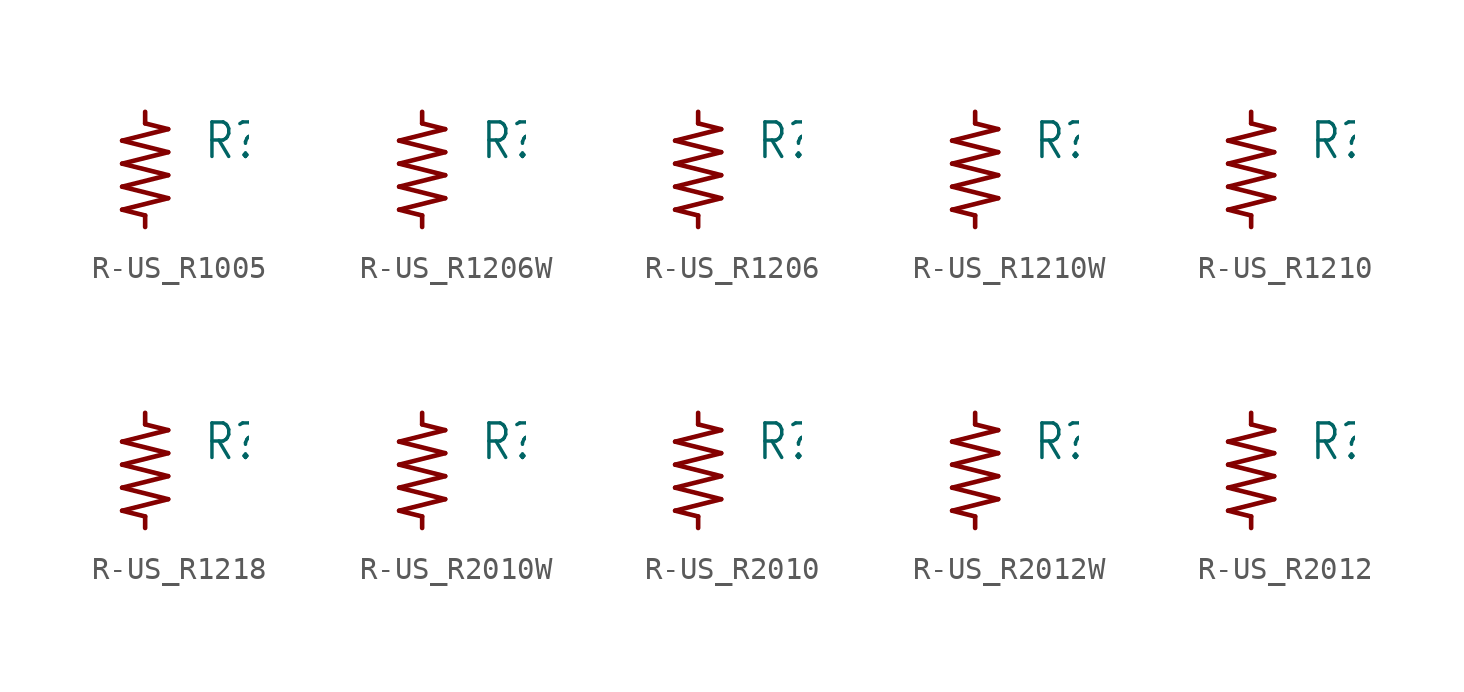
<source format=kicad_sym>
(kicad_symbol_lib
  (version 20220914)
  (generator kicad_symbol_editor)
  (symbol "R-US_R1005"
    (property "Reference" "R"
      (at 2.54 1.27 0)
      (effects (font (size 1.524 1.295)) (justify left)))
    (property "Value" ""
      (at 2.54 -1.27 0)
      (effects (font (size 1.524 1.295)) (justify left)))
    (property "ki_locked" ""
      (at 0 0 0)
      (effects (font (size 1.27 1.27))))
    (symbol "R-US_R1005_1_0"
      (polyline (pts (xy -1.016 -1.778) (xy 0 -2.032)) (stroke (width 0.203) (type solid)) (fill (type none)))
      (polyline (pts (xy -1.016 -0.762) (xy 1.016 -0.254)) (stroke (width 0.203) (type solid)) (fill (type none)))
      (polyline (pts (xy -1.016 0.254) (xy 1.016 0.762)) (stroke (width 0.203) (type solid)) (fill (type none)))
      (polyline (pts (xy -1.016 1.27) (xy 1.016 1.778)) (stroke (width 0.203) (type solid)) (fill (type none)))
      (polyline (pts (xy 0 -2.032) (xy 0 -2.54)) (stroke (width 0.203) (type solid)) (fill (type none)))
      (polyline (pts (xy 0 2.032) (xy 0 2.54)) (stroke (width 0.203) (type solid)) (fill (type none)))
      (polyline (pts (xy 1.016 -1.27) (xy -1.016 -1.778)) (stroke (width 0.203) (type solid)) (fill (type none)))
      (polyline (pts (xy 1.016 -1.27) (xy -1.016 -0.762)) (stroke (width 0.203) (type solid)) (fill (type none)))
      (polyline (pts (xy 1.016 -0.254) (xy -1.016 0.254)) (stroke (width 0.203) (type solid)) (fill (type none)))
      (polyline (pts (xy 1.016 0.762) (xy -1.016 1.27)) (stroke (width 0.203) (type solid)) (fill (type none)))
      (polyline (pts (xy 1.016 1.778) (xy 0 2.032)) (stroke (width 0.203) (type solid)) (fill (type none)))
      (pin passive line (at 0 -2.54 90) (length 0) (name "1" (effects (font (size 0 0)))) (number "1" (effects (font (size 0 0)))))
      (pin passive line (at 0 2.54 270) (length 0) (name "2" (effects (font (size 0 0)))) (number "2" (effects (font (size 0 0)))))))
  (symbol "R-US_R1206W"
    (property "Reference" "R"
      (at 2.54 1.27 0)
      (effects (font (size 1.524 1.295)) (justify left)))
    (property "Value" ""
      (at 2.54 -1.27 0)
      (effects (font (size 1.524 1.295)) (justify left)))
    (property "ki_locked" ""
      (at 0 0 0)
      (effects (font (size 1.27 1.27))))
    (symbol "R-US_R1206W_1_0"
      (polyline (pts (xy -1.016 -1.778) (xy 0 -2.032)) (stroke (width 0.203) (type solid)) (fill (type none)))
      (polyline (pts (xy -1.016 -0.762) (xy 1.016 -0.254)) (stroke (width 0.203) (type solid)) (fill (type none)))
      (polyline (pts (xy -1.016 0.254) (xy 1.016 0.762)) (stroke (width 0.203) (type solid)) (fill (type none)))
      (polyline (pts (xy -1.016 1.27) (xy 1.016 1.778)) (stroke (width 0.203) (type solid)) (fill (type none)))
      (polyline (pts (xy 0 -2.032) (xy 0 -2.54)) (stroke (width 0.203) (type solid)) (fill (type none)))
      (polyline (pts (xy 0 2.032) (xy 0 2.54)) (stroke (width 0.203) (type solid)) (fill (type none)))
      (polyline (pts (xy 1.016 -1.27) (xy -1.016 -1.778)) (stroke (width 0.203) (type solid)) (fill (type none)))
      (polyline (pts (xy 1.016 -1.27) (xy -1.016 -0.762)) (stroke (width 0.203) (type solid)) (fill (type none)))
      (polyline (pts (xy 1.016 -0.254) (xy -1.016 0.254)) (stroke (width 0.203) (type solid)) (fill (type none)))
      (polyline (pts (xy 1.016 0.762) (xy -1.016 1.27)) (stroke (width 0.203) (type solid)) (fill (type none)))
      (polyline (pts (xy 1.016 1.778) (xy 0 2.032)) (stroke (width 0.203) (type solid)) (fill (type none)))
      (pin passive line (at 0 -2.54 90) (length 0) (name "1" (effects (font (size 0 0)))) (number "1" (effects (font (size 0 0)))))
      (pin passive line (at 0 2.54 270) (length 0) (name "2" (effects (font (size 0 0)))) (number "2" (effects (font (size 0 0)))))))
  (symbol "R-US_R1206"
    (property "Reference" "R"
      (at 2.54 1.27 0)
      (effects (font (size 1.524 1.295)) (justify left)))
    (property "Value" ""
      (at 2.54 -1.27 0)
      (effects (font (size 1.524 1.295)) (justify left)))
    (property "ki_locked" ""
      (at 0 0 0)
      (effects (font (size 1.27 1.27))))
    (symbol "R-US_R1206_1_0"
      (polyline (pts (xy -1.016 -1.778) (xy 0 -2.032)) (stroke (width 0.203) (type solid)) (fill (type none)))
      (polyline (pts (xy -1.016 -0.762) (xy 1.016 -0.254)) (stroke (width 0.203) (type solid)) (fill (type none)))
      (polyline (pts (xy -1.016 0.254) (xy 1.016 0.762)) (stroke (width 0.203) (type solid)) (fill (type none)))
      (polyline (pts (xy -1.016 1.27) (xy 1.016 1.778)) (stroke (width 0.203) (type solid)) (fill (type none)))
      (polyline (pts (xy 0 -2.032) (xy 0 -2.54)) (stroke (width 0.203) (type solid)) (fill (type none)))
      (polyline (pts (xy 0 2.032) (xy 0 2.54)) (stroke (width 0.203) (type solid)) (fill (type none)))
      (polyline (pts (xy 1.016 -1.27) (xy -1.016 -1.778)) (stroke (width 0.203) (type solid)) (fill (type none)))
      (polyline (pts (xy 1.016 -1.27) (xy -1.016 -0.762)) (stroke (width 0.203) (type solid)) (fill (type none)))
      (polyline (pts (xy 1.016 -0.254) (xy -1.016 0.254)) (stroke (width 0.203) (type solid)) (fill (type none)))
      (polyline (pts (xy 1.016 0.762) (xy -1.016 1.27)) (stroke (width 0.203) (type solid)) (fill (type none)))
      (polyline (pts (xy 1.016 1.778) (xy 0 2.032)) (stroke (width 0.203) (type solid)) (fill (type none)))
      (pin passive line (at 0 -2.54 90) (length 0) (name "1" (effects (font (size 0 0)))) (number "1" (effects (font (size 0 0)))))
      (pin passive line (at 0 2.54 270) (length 0) (name "2" (effects (font (size 0 0)))) (number "2" (effects (font (size 0 0)))))))
  (symbol "R-US_R1210W"
    (property "Reference" "R"
      (at 2.54 1.27 0)
      (effects (font (size 1.524 1.295)) (justify left)))
    (property "Value" ""
      (at 2.54 -1.27 0)
      (effects (font (size 1.524 1.295)) (justify left)))
    (property "ki_locked" ""
      (at 0 0 0)
      (effects (font (size 1.27 1.27))))
    (symbol "R-US_R1210W_1_0"
      (polyline (pts (xy -1.016 -1.778) (xy 0 -2.032)) (stroke (width 0.203) (type solid)) (fill (type none)))
      (polyline (pts (xy -1.016 -0.762) (xy 1.016 -0.254)) (stroke (width 0.203) (type solid)) (fill (type none)))
      (polyline (pts (xy -1.016 0.254) (xy 1.016 0.762)) (stroke (width 0.203) (type solid)) (fill (type none)))
      (polyline (pts (xy -1.016 1.27) (xy 1.016 1.778)) (stroke (width 0.203) (type solid)) (fill (type none)))
      (polyline (pts (xy 0 -2.032) (xy 0 -2.54)) (stroke (width 0.203) (type solid)) (fill (type none)))
      (polyline (pts (xy 0 2.032) (xy 0 2.54)) (stroke (width 0.203) (type solid)) (fill (type none)))
      (polyline (pts (xy 1.016 -1.27) (xy -1.016 -1.778)) (stroke (width 0.203) (type solid)) (fill (type none)))
      (polyline (pts (xy 1.016 -1.27) (xy -1.016 -0.762)) (stroke (width 0.203) (type solid)) (fill (type none)))
      (polyline (pts (xy 1.016 -0.254) (xy -1.016 0.254)) (stroke (width 0.203) (type solid)) (fill (type none)))
      (polyline (pts (xy 1.016 0.762) (xy -1.016 1.27)) (stroke (width 0.203) (type solid)) (fill (type none)))
      (polyline (pts (xy 1.016 1.778) (xy 0 2.032)) (stroke (width 0.203) (type solid)) (fill (type none)))
      (pin passive line (at 0 -2.54 90) (length 0) (name "1" (effects (font (size 0 0)))) (number "1" (effects (font (size 0 0)))))
      (pin passive line (at 0 2.54 270) (length 0) (name "2" (effects (font (size 0 0)))) (number "2" (effects (font (size 0 0)))))))
  (symbol "R-US_R1210"
    (property "Reference" "R"
      (at 2.54 1.27 0)
      (effects (font (size 1.524 1.295)) (justify left)))
    (property "Value" ""
      (at 2.54 -1.27 0)
      (effects (font (size 1.524 1.295)) (justify left)))
    (property "ki_locked" ""
      (at 0 0 0)
      (effects (font (size 1.27 1.27))))
    (symbol "R-US_R1210_1_0"
      (polyline (pts (xy -1.016 -1.778) (xy 0 -2.032)) (stroke (width 0.203) (type solid)) (fill (type none)))
      (polyline (pts (xy -1.016 -0.762) (xy 1.016 -0.254)) (stroke (width 0.203) (type solid)) (fill (type none)))
      (polyline (pts (xy -1.016 0.254) (xy 1.016 0.762)) (stroke (width 0.203) (type solid)) (fill (type none)))
      (polyline (pts (xy -1.016 1.27) (xy 1.016 1.778)) (stroke (width 0.203) (type solid)) (fill (type none)))
      (polyline (pts (xy 0 -2.032) (xy 0 -2.54)) (stroke (width 0.203) (type solid)) (fill (type none)))
      (polyline (pts (xy 0 2.032) (xy 0 2.54)) (stroke (width 0.203) (type solid)) (fill (type none)))
      (polyline (pts (xy 1.016 -1.27) (xy -1.016 -1.778)) (stroke (width 0.203) (type solid)) (fill (type none)))
      (polyline (pts (xy 1.016 -1.27) (xy -1.016 -0.762)) (stroke (width 0.203) (type solid)) (fill (type none)))
      (polyline (pts (xy 1.016 -0.254) (xy -1.016 0.254)) (stroke (width 0.203) (type solid)) (fill (type none)))
      (polyline (pts (xy 1.016 0.762) (xy -1.016 1.27)) (stroke (width 0.203) (type solid)) (fill (type none)))
      (polyline (pts (xy 1.016 1.778) (xy 0 2.032)) (stroke (width 0.203) (type solid)) (fill (type none)))
      (pin passive line (at 0 -2.54 90) (length 0) (name "1" (effects (font (size 0 0)))) (number "1" (effects (font (size 0 0)))))
      (pin passive line (at 0 2.54 270) (length 0) (name "2" (effects (font (size 0 0)))) (number "2" (effects (font (size 0 0)))))))
  (symbol "R-US_R1218"
    (property "Reference" "R"
      (at 2.54 1.27 0)
      (effects (font (size 1.524 1.295)) (justify left)))
    (property "Value" ""
      (at 2.54 -1.27 0)
      (effects (font (size 1.524 1.295)) (justify left)))
    (property "ki_locked" ""
      (at 0 0 0)
      (effects (font (size 1.27 1.27))))
    (symbol "R-US_R1218_1_0"
      (polyline (pts (xy -1.016 -1.778) (xy 0 -2.032)) (stroke (width 0.203) (type solid)) (fill (type none)))
      (polyline (pts (xy -1.016 -0.762) (xy 1.016 -0.254)) (stroke (width 0.203) (type solid)) (fill (type none)))
      (polyline (pts (xy -1.016 0.254) (xy 1.016 0.762)) (stroke (width 0.203) (type solid)) (fill (type none)))
      (polyline (pts (xy -1.016 1.27) (xy 1.016 1.778)) (stroke (width 0.203) (type solid)) (fill (type none)))
      (polyline (pts (xy 0 -2.032) (xy 0 -2.54)) (stroke (width 0.203) (type solid)) (fill (type none)))
      (polyline (pts (xy 0 2.032) (xy 0 2.54)) (stroke (width 0.203) (type solid)) (fill (type none)))
      (polyline (pts (xy 1.016 -1.27) (xy -1.016 -1.778)) (stroke (width 0.203) (type solid)) (fill (type none)))
      (polyline (pts (xy 1.016 -1.27) (xy -1.016 -0.762)) (stroke (width 0.203) (type solid)) (fill (type none)))
      (polyline (pts (xy 1.016 -0.254) (xy -1.016 0.254)) (stroke (width 0.203) (type solid)) (fill (type none)))
      (polyline (pts (xy 1.016 0.762) (xy -1.016 1.27)) (stroke (width 0.203) (type solid)) (fill (type none)))
      (polyline (pts (xy 1.016 1.778) (xy 0 2.032)) (stroke (width 0.203) (type solid)) (fill (type none)))
      (pin passive line (at 0 -2.54 90) (length 0) (name "1" (effects (font (size 0 0)))) (number "1" (effects (font (size 0 0)))))
      (pin passive line (at 0 2.54 270) (length 0) (name "2" (effects (font (size 0 0)))) (number "2" (effects (font (size 0 0)))))))
  (symbol "R-US_R2010W"
    (property "Reference" "R"
      (at 2.54 1.27 0)
      (effects (font (size 1.524 1.295)) (justify left)))
    (property "Value" ""
      (at 2.54 -1.27 0)
      (effects (font (size 1.524 1.295)) (justify left)))
    (property "ki_locked" ""
      (at 0 0 0)
      (effects (font (size 1.27 1.27))))
    (symbol "R-US_R2010W_1_0"
      (polyline (pts (xy -1.016 -1.778) (xy 0 -2.032)) (stroke (width 0.203) (type solid)) (fill (type none)))
      (polyline (pts (xy -1.016 -0.762) (xy 1.016 -0.254)) (stroke (width 0.203) (type solid)) (fill (type none)))
      (polyline (pts (xy -1.016 0.254) (xy 1.016 0.762)) (stroke (width 0.203) (type solid)) (fill (type none)))
      (polyline (pts (xy -1.016 1.27) (xy 1.016 1.778)) (stroke (width 0.203) (type solid)) (fill (type none)))
      (polyline (pts (xy 0 -2.032) (xy 0 -2.54)) (stroke (width 0.203) (type solid)) (fill (type none)))
      (polyline (pts (xy 0 2.032) (xy 0 2.54)) (stroke (width 0.203) (type solid)) (fill (type none)))
      (polyline (pts (xy 1.016 -1.27) (xy -1.016 -1.778)) (stroke (width 0.203) (type solid)) (fill (type none)))
      (polyline (pts (xy 1.016 -1.27) (xy -1.016 -0.762)) (stroke (width 0.203) (type solid)) (fill (type none)))
      (polyline (pts (xy 1.016 -0.254) (xy -1.016 0.254)) (stroke (width 0.203) (type solid)) (fill (type none)))
      (polyline (pts (xy 1.016 0.762) (xy -1.016 1.27)) (stroke (width 0.203) (type solid)) (fill (type none)))
      (polyline (pts (xy 1.016 1.778) (xy 0 2.032)) (stroke (width 0.203) (type solid)) (fill (type none)))
      (pin passive line (at 0 -2.54 90) (length 0) (name "1" (effects (font (size 0 0)))) (number "1" (effects (font (size 0 0)))))
      (pin passive line (at 0 2.54 270) (length 0) (name "2" (effects (font (size 0 0)))) (number "2" (effects (font (size 0 0)))))))
  (symbol "R-US_R2010"
    (property "Reference" "R"
      (at 2.54 1.27 0)
      (effects (font (size 1.524 1.295)) (justify left)))
    (property "Value" ""
      (at 2.54 -1.27 0)
      (effects (font (size 1.524 1.295)) (justify left)))
    (property "ki_locked" ""
      (at 0 0 0)
      (effects (font (size 1.27 1.27))))
    (symbol "R-US_R2010_1_0"
      (polyline (pts (xy -1.016 -1.778) (xy 0 -2.032)) (stroke (width 0.203) (type solid)) (fill (type none)))
      (polyline (pts (xy -1.016 -0.762) (xy 1.016 -0.254)) (stroke (width 0.203) (type solid)) (fill (type none)))
      (polyline (pts (xy -1.016 0.254) (xy 1.016 0.762)) (stroke (width 0.203) (type solid)) (fill (type none)))
      (polyline (pts (xy -1.016 1.27) (xy 1.016 1.778)) (stroke (width 0.203) (type solid)) (fill (type none)))
      (polyline (pts (xy 0 -2.032) (xy 0 -2.54)) (stroke (width 0.203) (type solid)) (fill (type none)))
      (polyline (pts (xy 0 2.032) (xy 0 2.54)) (stroke (width 0.203) (type solid)) (fill (type none)))
      (polyline (pts (xy 1.016 -1.27) (xy -1.016 -1.778)) (stroke (width 0.203) (type solid)) (fill (type none)))
      (polyline (pts (xy 1.016 -1.27) (xy -1.016 -0.762)) (stroke (width 0.203) (type solid)) (fill (type none)))
      (polyline (pts (xy 1.016 -0.254) (xy -1.016 0.254)) (stroke (width 0.203) (type solid)) (fill (type none)))
      (polyline (pts (xy 1.016 0.762) (xy -1.016 1.27)) (stroke (width 0.203) (type solid)) (fill (type none)))
      (polyline (pts (xy 1.016 1.778) (xy 0 2.032)) (stroke (width 0.203) (type solid)) (fill (type none)))
      (pin passive line (at 0 -2.54 90) (length 0) (name "1" (effects (font (size 0 0)))) (number "1" (effects (font (size 0 0)))))
      (pin passive line (at 0 2.54 270) (length 0) (name "2" (effects (font (size 0 0)))) (number "2" (effects (font (size 0 0)))))))
  (symbol "R-US_R2012W"
    (property "Reference" "R"
      (at 2.54 1.27 0)
      (effects (font (size 1.524 1.295)) (justify left)))
    (property "Value" ""
      (at 2.54 -1.27 0)
      (effects (font (size 1.524 1.295)) (justify left)))
    (property "ki_locked" ""
      (at 0 0 0)
      (effects (font (size 1.27 1.27))))
    (symbol "R-US_R2012W_1_0"
      (polyline (pts (xy -1.016 -1.778) (xy 0 -2.032)) (stroke (width 0.203) (type solid)) (fill (type none)))
      (polyline (pts (xy -1.016 -0.762) (xy 1.016 -0.254)) (stroke (width 0.203) (type solid)) (fill (type none)))
      (polyline (pts (xy -1.016 0.254) (xy 1.016 0.762)) (stroke (width 0.203) (type solid)) (fill (type none)))
      (polyline (pts (xy -1.016 1.27) (xy 1.016 1.778)) (stroke (width 0.203) (type solid)) (fill (type none)))
      (polyline (pts (xy 0 -2.032) (xy 0 -2.54)) (stroke (width 0.203) (type solid)) (fill (type none)))
      (polyline (pts (xy 0 2.032) (xy 0 2.54)) (stroke (width 0.203) (type solid)) (fill (type none)))
      (polyline (pts (xy 1.016 -1.27) (xy -1.016 -1.778)) (stroke (width 0.203) (type solid)) (fill (type none)))
      (polyline (pts (xy 1.016 -1.27) (xy -1.016 -0.762)) (stroke (width 0.203) (type solid)) (fill (type none)))
      (polyline (pts (xy 1.016 -0.254) (xy -1.016 0.254)) (stroke (width 0.203) (type solid)) (fill (type none)))
      (polyline (pts (xy 1.016 0.762) (xy -1.016 1.27)) (stroke (width 0.203) (type solid)) (fill (type none)))
      (polyline (pts (xy 1.016 1.778) (xy 0 2.032)) (stroke (width 0.203) (type solid)) (fill (type none)))
      (pin passive line (at 0 -2.54 90) (length 0) (name "1" (effects (font (size 0 0)))) (number "1" (effects (font (size 0 0)))))
      (pin passive line (at 0 2.54 270) (length 0) (name "2" (effects (font (size 0 0)))) (number "2" (effects (font (size 0 0)))))))
  (symbol "R-US_R2012"
    (property "Reference" "R"
      (at 2.54 1.27 0)
      (effects (font (size 1.524 1.295)) (justify left)))
    (property "Value" ""
      (at 2.54 -1.27 0)
      (effects (font (size 1.524 1.295)) (justify left)))
    (property "ki_locked" ""
      (at 0 0 0)
      (effects (font (size 1.27 1.27))))
    (symbol "R-US_R2012_1_0"
      (polyline (pts (xy -1.016 -1.778) (xy 0 -2.032)) (stroke (width 0.203) (type solid)) (fill (type none)))
      (polyline (pts (xy -1.016 -0.762) (xy 1.016 -0.254)) (stroke (width 0.203) (type solid)) (fill (type none)))
      (polyline (pts (xy -1.016 0.254) (xy 1.016 0.762)) (stroke (width 0.203) (type solid)) (fill (type none)))
      (polyline (pts (xy -1.016 1.27) (xy 1.016 1.778)) (stroke (width 0.203) (type solid)) (fill (type none)))
      (polyline (pts (xy 0 -2.032) (xy 0 -2.54)) (stroke (width 0.203) (type solid)) (fill (type none)))
      (polyline (pts (xy 0 2.032) (xy 0 2.54)) (stroke (width 0.203) (type solid)) (fill (type none)))
      (polyline (pts (xy 1.016 -1.27) (xy -1.016 -1.778)) (stroke (width 0.203) (type solid)) (fill (type none)))
      (polyline (pts (xy 1.016 -1.27) (xy -1.016 -0.762)) (stroke (width 0.203) (type solid)) (fill (type none)))
      (polyline (pts (xy 1.016 -0.254) (xy -1.016 0.254)) (stroke (width 0.203) (type solid)) (fill (type none)))
      (polyline (pts (xy 1.016 0.762) (xy -1.016 1.27)) (stroke (width 0.203) (type solid)) (fill (type none)))
      (polyline (pts (xy 1.016 1.778) (xy 0 2.032)) (stroke (width 0.203) (type solid)) (fill (type none)))
      (pin passive line (at 0 -2.54 90) (length 0) (name "1" (effects (font (size 0 0)))) (number "1" (effects (font (size 0 0)))))
      (pin passive line (at 0 2.54 270) (length 0) (name "2" (effects (font (size 0 0)))) (number "2" (effects (font (size 0 0))))))))
</source>
